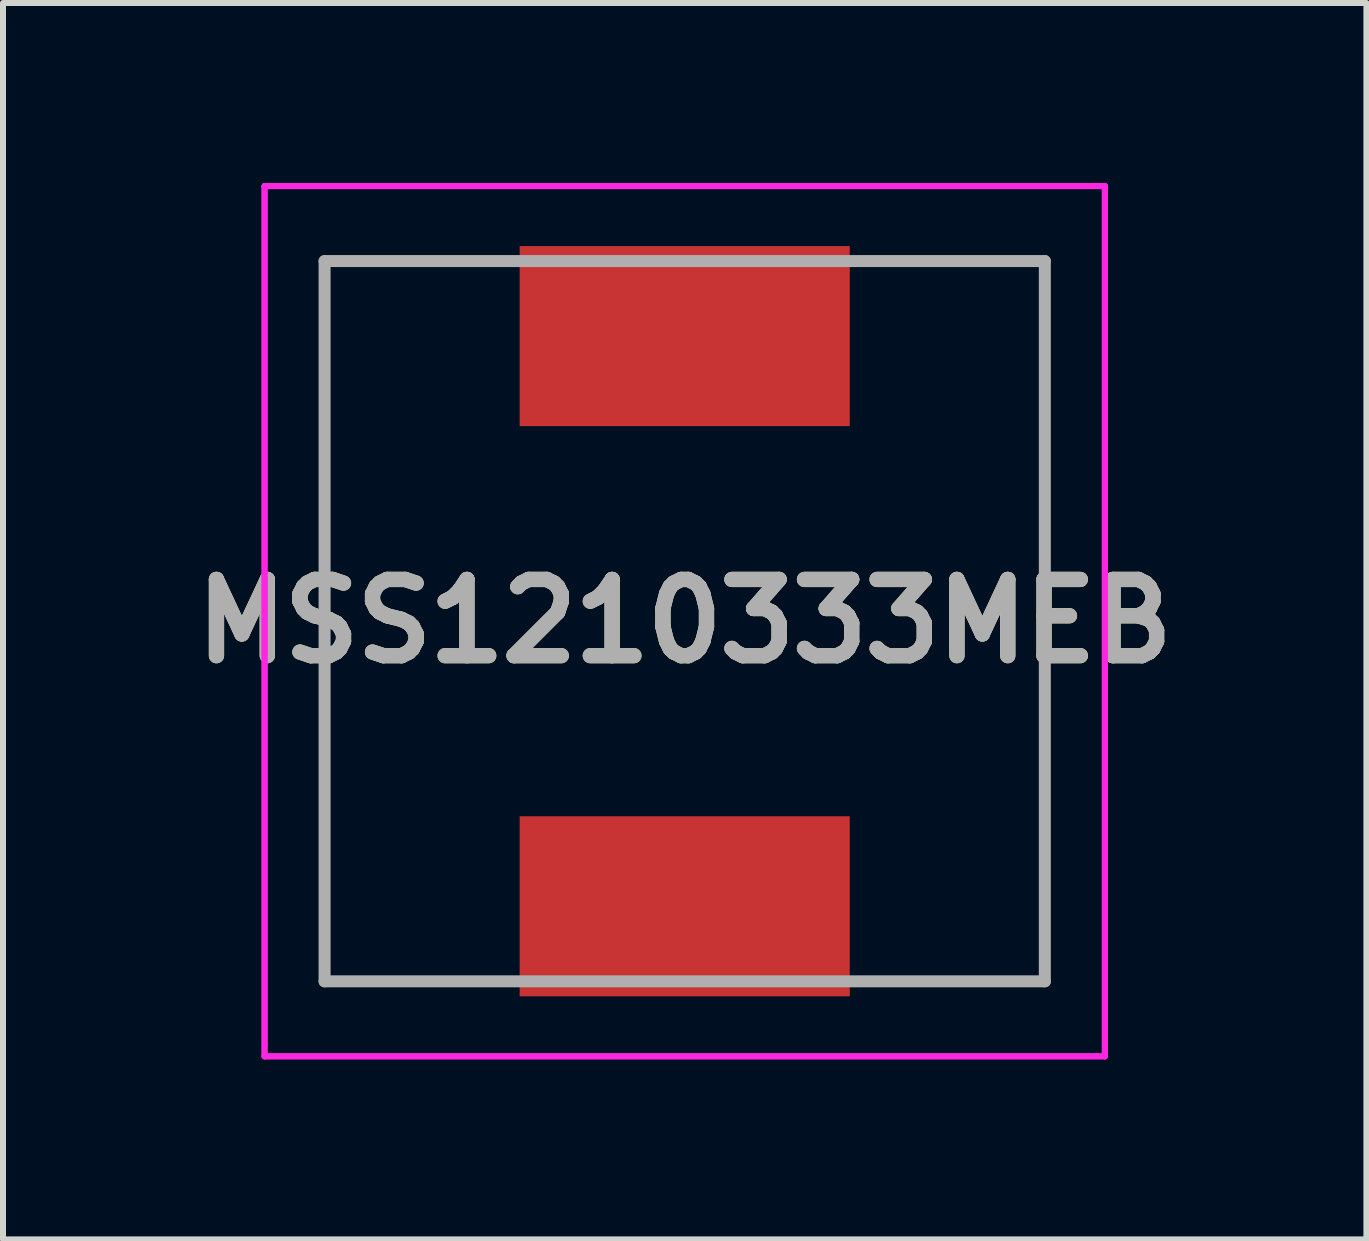
<source format=kicad_pcb>
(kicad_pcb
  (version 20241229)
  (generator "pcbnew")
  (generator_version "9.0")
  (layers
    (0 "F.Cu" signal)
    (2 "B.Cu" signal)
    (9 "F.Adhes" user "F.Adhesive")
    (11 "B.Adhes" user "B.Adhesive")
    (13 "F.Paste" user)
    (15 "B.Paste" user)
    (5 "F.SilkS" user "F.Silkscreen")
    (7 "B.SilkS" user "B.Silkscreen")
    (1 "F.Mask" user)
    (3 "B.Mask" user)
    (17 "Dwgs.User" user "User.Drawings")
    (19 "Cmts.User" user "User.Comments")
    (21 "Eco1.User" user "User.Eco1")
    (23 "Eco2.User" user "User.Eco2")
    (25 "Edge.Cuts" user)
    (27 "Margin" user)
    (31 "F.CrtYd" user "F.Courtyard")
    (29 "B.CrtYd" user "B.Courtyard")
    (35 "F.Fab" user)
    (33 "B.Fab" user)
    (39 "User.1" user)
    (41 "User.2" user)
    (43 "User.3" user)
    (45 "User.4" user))
  (footprint "MSS1210333MEB"
    (layer "F.Cu")
    (at 8.358 7.3)
    (property "Reference" "MSS1210333MEB" (at 0 0 0) (layer "F.SilkS") (effects (font (size 1.27 1.27) (thickness 0.254))))
    (attr smd)
    (fp_line (start -6 -6) (end -6 6) (stroke (width 0.1) (type solid)) (layer "F.SilkS"))
    (fp_line (start -6 6) (end -3.5 6) (stroke (width 0.1) (type solid)) (layer "F.SilkS"))
    (fp_line (start -3.5 -6) (end -6 -6) (stroke (width 0.1) (type solid)) (layer "F.SilkS"))
    (fp_line (start 3.5 -6) (end 6 -6) (stroke (width 0.1) (type solid)) (layer "F.SilkS"))
    (fp_line (start 6 -6) (end 6 6) (stroke (width 0.1) (type solid)) (layer "F.SilkS"))
    (fp_line (start 6 6) (end 3.5 6) (stroke (width 0.1) (type solid)) (layer "F.SilkS"))
    (fp_line (start -7 -7.25) (end 7 -7.25) (stroke (width 0.1) (type solid)) (layer "F.CrtYd"))
    (fp_line (start -7 -7.25) (end 7 -7.25) (stroke (width 0.1) (type solid)) (layer "F.CrtYd"))
    (fp_line (start -7 7.25) (end -7 -7.25) (stroke (width 0.1) (type solid)) (layer "F.CrtYd"))
    (fp_line (start -7 7.25) (end -7 -7.25) (stroke (width 0.1) (type solid)) (layer "F.CrtYd"))
    (fp_line (start 7 -7.25) (end 7 7.25) (stroke (width 0.1) (type solid)) (layer "F.CrtYd"))
    (fp_line (start 7 -7.25) (end 7 7.25) (stroke (width 0.1) (type solid)) (layer "F.CrtYd"))
    (fp_line (start 7 7.25) (end -7 7.25) (stroke (width 0.1) (type solid)) (layer "F.CrtYd"))
    (fp_line (start 7 7.25) (end -7 7.25) (stroke (width 0.1) (type solid)) (layer "F.CrtYd"))
    (fp_line (start -6 -6) (end 6 -6) (stroke (width 0.2) (type solid)) (layer "F.Fab"))
    (fp_line (start -6 6) (end -6 -6) (stroke (width 0.2) (type solid)) (layer "F.Fab"))
    (fp_line (start 6 -6) (end 6 6) (stroke (width 0.2) (type solid)) (layer "F.Fab"))
    (fp_line (start 6 6) (end -6 6) (stroke (width 0.2) (type solid)) (layer "F.Fab"))
    (fp_text user "${REFERENCE}" (at 0 0 0) (layer "F.Fab") (effects (font (size 1.27 1.27) (thickness 0.254))))
    (pad "1" smd rect (at 0 -4.75 90) (size 3 5.5) (layers "F.Cu" "F.Mask" "F.Paste"))
    (pad "2" smd rect (at 0 4.75 90) (size 3 5.5) (layers "F.Cu" "F.Mask" "F.Paste")))
  (gr_rect
    (start -3 -3)
    (end 19.716 17.6)
    (stroke (width 0.1) (type default))
    (fill no)
    (layer "Edge.Cuts")))
</source>
